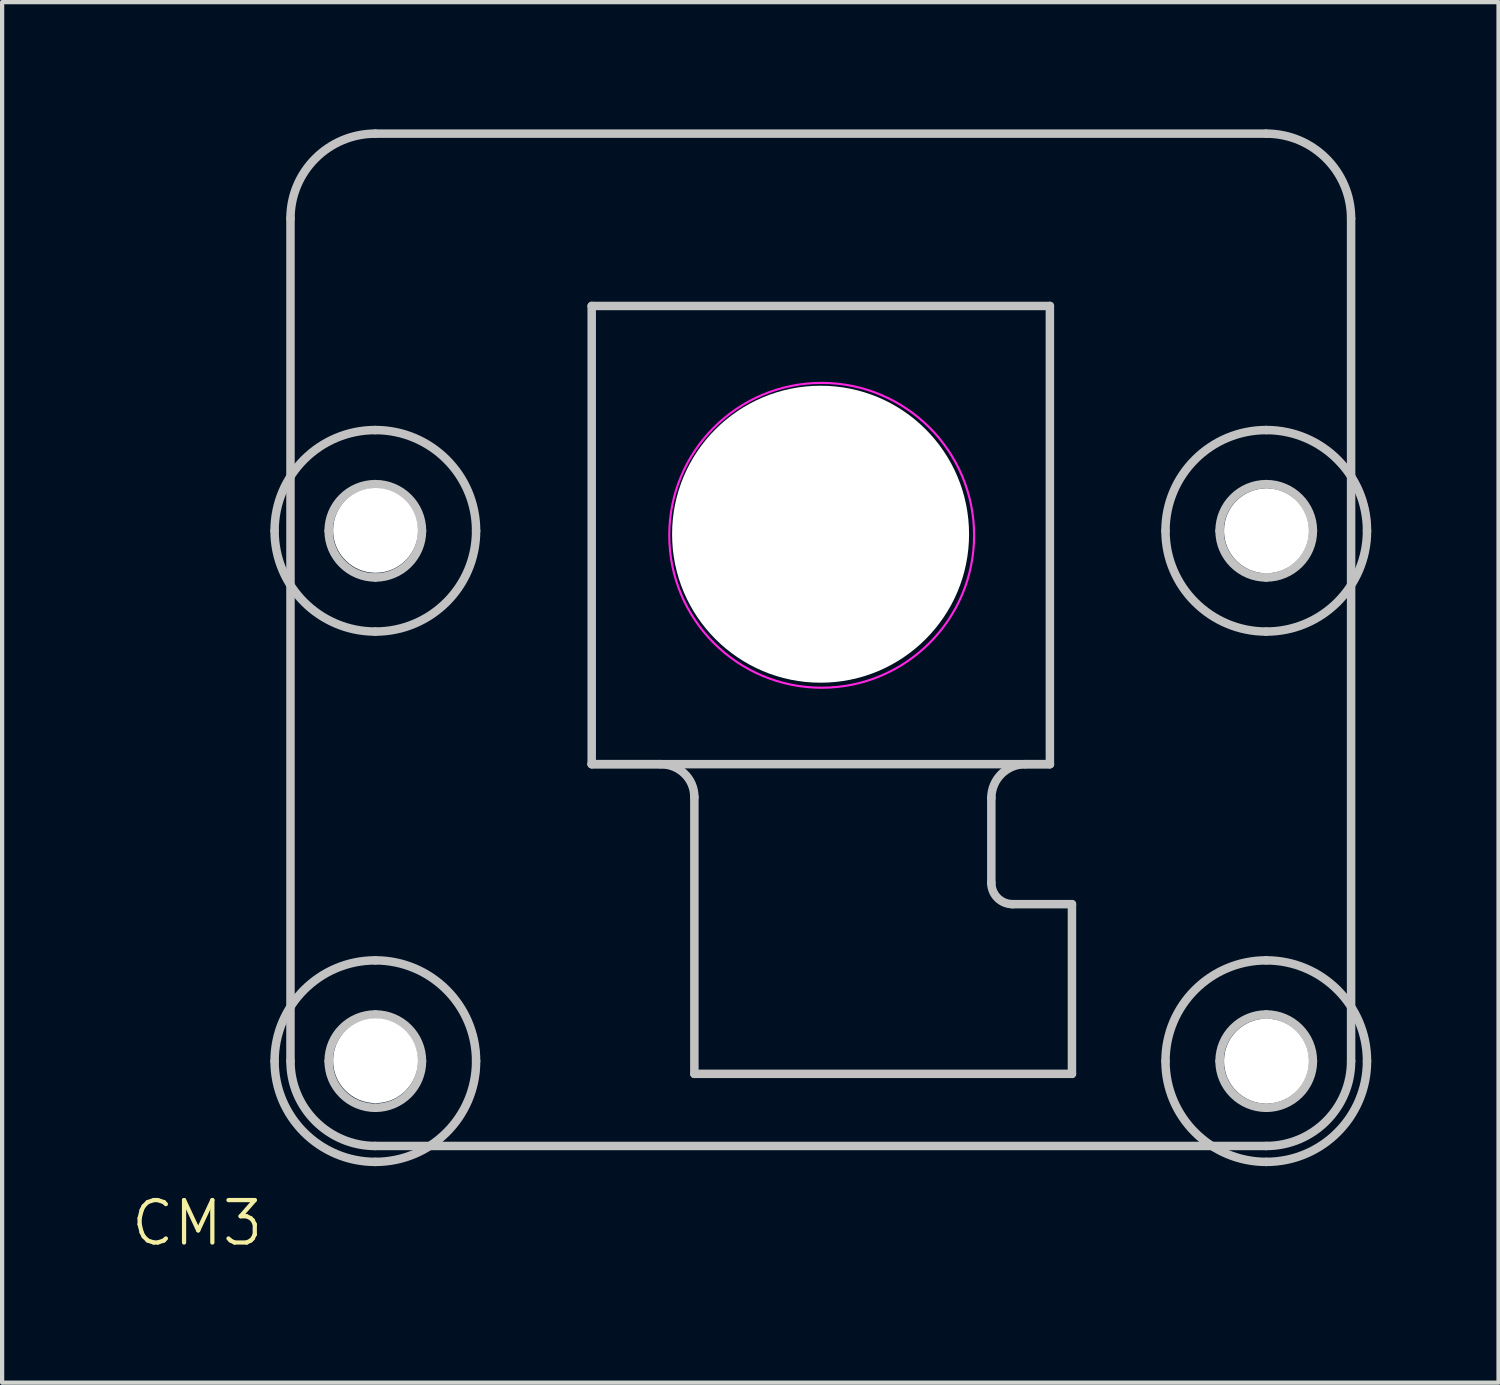
<source format=kicad_pcb>
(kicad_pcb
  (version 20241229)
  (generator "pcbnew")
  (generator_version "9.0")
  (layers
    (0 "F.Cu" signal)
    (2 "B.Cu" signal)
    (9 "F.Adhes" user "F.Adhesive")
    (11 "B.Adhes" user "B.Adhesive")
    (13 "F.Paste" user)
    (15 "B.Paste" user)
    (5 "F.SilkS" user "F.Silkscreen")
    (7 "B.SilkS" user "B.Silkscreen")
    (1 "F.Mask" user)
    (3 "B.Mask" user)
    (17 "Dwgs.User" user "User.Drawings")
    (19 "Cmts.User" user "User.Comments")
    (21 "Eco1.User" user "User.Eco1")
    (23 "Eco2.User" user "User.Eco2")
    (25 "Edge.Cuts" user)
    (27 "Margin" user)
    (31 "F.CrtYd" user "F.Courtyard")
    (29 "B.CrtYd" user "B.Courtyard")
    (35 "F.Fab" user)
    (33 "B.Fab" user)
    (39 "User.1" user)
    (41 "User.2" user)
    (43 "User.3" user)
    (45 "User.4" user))
  (footprint "CM3"
    (layer "F.Cu")
    (at 2.848 24.93)
    (property "Reference" "CM3" (at -1.25 0.85 0) (unlocked yes) (layer "F.SilkS") (effects (font (size 1 1) (thickness 0.1))))
    (attr smd)
    (fp_line (start 0.949 -2.969) (end 0.949 -22.829) (stroke (width 0.2) (type solid)) (layer "Dwgs.User"))
    (fp_line (start 2.95 -24.83) (end 23.948 -24.83) (stroke (width 0.2) (type solid)) (layer "Dwgs.User"))
    (fp_line (start 8.049 -20.768) (end 18.849 -20.768) (stroke (width 0.2) (type solid)) (layer "Dwgs.User"))
    (fp_line (start 8.049 -9.968) (end 8.049 -20.768) (stroke (width 0.2) (type solid)) (layer "Dwgs.User"))
    (fp_line (start 8.049 -9.968) (end 9.669 -9.968) (stroke (width 0.2) (type solid)) (layer "Dwgs.User"))
    (fp_line (start 10.469 -9.189) (end 10.469 -2.668) (stroke (width 0.2) (type solid)) (layer "Dwgs.User"))
    (fp_line (start 10.469 -2.668) (end 19.369 -2.668) (stroke (width 0.2) (type solid)) (layer "Dwgs.User"))
    (fp_line (start 17.469 -7.168) (end 17.469 -9.168) (stroke (width 0.2) (type solid)) (layer "Dwgs.User"))
    (fp_line (start 18.269 -9.968) (end 18.849 -9.968) (stroke (width 0.2) (type solid)) (layer "Dwgs.User"))
    (fp_line (start 18.849 -20.768) (end 18.849 -9.968) (stroke (width 0.2) (type solid)) (layer "Dwgs.User"))
    (fp_line (start 18.849 -9.968) (end 8.049 -9.968) (stroke (width 0.2) (type solid)) (layer "Dwgs.User"))
    (fp_line (start 19.369 -6.668) (end 17.969 -6.668) (stroke (width 0.2) (type solid)) (layer "Dwgs.User"))
    (fp_line (start 19.369 -2.668) (end 19.369 -6.668) (stroke (width 0.2) (type solid)) (layer "Dwgs.User"))
    (fp_line (start 23.948 -0.968) (end 2.95 -0.968) (stroke (width 0.2) (type solid)) (layer "Dwgs.User"))
    (fp_line (start 25.949 -22.829) (end 25.949 -2.969) (stroke (width 0.2) (type solid)) (layer "Dwgs.User"))
    (fp_curve (pts (xy 0.574 -15.468) (xy 0.574 -14.156) (xy 1.637 -13.093) (xy 2.949 -13.093)) (stroke (width 0.2) (type solid)) (layer "Dwgs.User"))
    (fp_curve (pts (xy 0.574 -2.968) (xy 0.574 -1.656) (xy 1.637 -0.593) (xy 2.949 -0.593)) (stroke (width 0.2) (type solid)) (layer "Dwgs.User"))
    (fp_curve (pts (xy 0.949 -22.829) (xy 0.949 -23.934) (xy 1.845 -24.83) (xy 2.95 -24.83)) (stroke (width 0.2) (type solid)) (layer "Dwgs.User"))
    (fp_curve (pts (xy 1.849 -15.468) (xy 1.849 -14.861) (xy 2.342 -14.368) (xy 2.949 -14.368)) (stroke (width 0.2) (type solid)) (layer "Dwgs.User"))
    (fp_curve (pts (xy 1.849 -2.968) (xy 1.849 -2.361) (xy 2.342 -1.868) (xy 2.949 -1.868)) (stroke (width 0.2) (type solid)) (layer "Dwgs.User"))
    (fp_curve (pts (xy 2.949 -17.843) (xy 1.637 -17.843) (xy 0.574 -16.78) (xy 0.574 -15.468)) (stroke (width 0.2) (type solid)) (layer "Dwgs.User"))
    (fp_curve (pts (xy 2.949 -16.568) (xy 2.342 -16.568) (xy 1.849 -16.075) (xy 1.849 -15.468)) (stroke (width 0.2) (type solid)) (layer "Dwgs.User"))
    (fp_curve (pts (xy 2.949 -14.368) (xy 3.557 -14.368) (xy 4.049 -14.861) (xy 4.049 -15.468)) (stroke (width 0.2) (type solid)) (layer "Dwgs.User"))
    (fp_curve (pts (xy 2.949 -13.093) (xy 4.261 -13.093) (xy 5.324 -14.156) (xy 5.324 -15.468)) (stroke (width 0.2) (type solid)) (layer "Dwgs.User"))
    (fp_curve (pts (xy 2.949 -5.343) (xy 1.637 -5.343) (xy 0.574 -4.28) (xy 0.574 -2.968)) (stroke (width 0.2) (type solid)) (layer "Dwgs.User"))
    (fp_curve (pts (xy 2.949 -4.068) (xy 2.342 -4.068) (xy 1.849 -3.576) (xy 1.849 -2.968)) (stroke (width 0.2) (type solid)) (layer "Dwgs.User"))
    (fp_curve (pts (xy 2.949 -1.868) (xy 3.557 -1.868) (xy 4.049 -2.361) (xy 4.049 -2.968)) (stroke (width 0.2) (type solid)) (layer "Dwgs.User"))
    (fp_curve (pts (xy 2.949 -0.593) (xy 4.261 -0.593) (xy 5.324 -1.656) (xy 5.324 -2.968)) (stroke (width 0.2) (type solid)) (layer "Dwgs.User"))
    (fp_curve (pts (xy 2.95 -0.968) (xy 1.845 -0.968) (xy 0.949 -1.864) (xy 0.949 -2.969)) (stroke (width 0.2) (type solid)) (layer "Dwgs.User"))
    (fp_curve (pts (xy 4.049 -15.468) (xy 4.049 -16.075) (xy 3.557 -16.568) (xy 2.949 -16.568)) (stroke (width 0.2) (type solid)) (layer "Dwgs.User"))
    (fp_curve (pts (xy 4.049 -2.968) (xy 4.049 -3.576) (xy 3.557 -4.068) (xy 2.949 -4.068)) (stroke (width 0.2) (type solid)) (layer "Dwgs.User"))
    (fp_curve (pts (xy 5.324 -15.468) (xy 5.324 -16.78) (xy 4.261 -17.843) (xy 2.949 -17.843)) (stroke (width 0.2) (type solid)) (layer "Dwgs.User"))
    (fp_curve (pts (xy 5.324 -2.968) (xy 5.324 -4.28) (xy 4.261 -5.343) (xy 2.949 -5.343)) (stroke (width 0.2) (type solid)) (layer "Dwgs.User"))
    (fp_curve (pts (xy 9.669 -9.968) (xy 10.111 -9.968) (xy 10.469 -9.631) (xy 10.469 -9.189)) (stroke (width 0.2) (type solid)) (layer "Dwgs.User"))
    (fp_curve (pts (xy 10.574 -15.368) (xy 10.574 -16.956) (xy 11.861 -18.243) (xy 13.449 -18.243)) (stroke (width 0.2) (type solid)) (layer "Dwgs.User"))
    (fp_curve (pts (xy 12.172 -15.377) (xy 12.172 -16.09) (xy 12.749 -16.667) (xy 13.462 -16.667)) (stroke (width 0.2) (type solid)) (layer "Dwgs.User"))
    (fp_curve (pts (xy 13.449 -18.243) (xy 15.037 -18.243) (xy 16.324 -16.956) (xy 16.324 -15.368)) (stroke (width 0.2) (type solid)) (layer "Dwgs.User"))
    (fp_curve (pts (xy 13.449 -12.493) (xy 11.861 -12.493) (xy 10.574 -13.78) (xy 10.574 -15.368)) (stroke (width 0.2) (type solid)) (layer "Dwgs.User"))
    (fp_curve (pts (xy 13.462 -16.667) (xy 14.174 -16.667) (xy 14.752 -16.09) (xy 14.752 -15.377)) (stroke (width 0.2) (type solid)) (layer "Dwgs.User"))
    (fp_curve (pts (xy 13.462 -14.087) (xy 12.749 -14.087) (xy 12.172 -14.664) (xy 12.172 -15.377)) (stroke (width 0.2) (type solid)) (layer "Dwgs.User"))
    (fp_curve (pts (xy 14.752 -15.377) (xy 14.752 -14.664) (xy 14.174 -14.087) (xy 13.462 -14.087)) (stroke (width 0.2) (type solid)) (layer "Dwgs.User"))
    (fp_curve (pts (xy 16.324 -15.368) (xy 16.324 -13.78) (xy 15.037 -12.493) (xy 13.449 -12.493)) (stroke (width 0.2) (type solid)) (layer "Dwgs.User"))
    (fp_curve (pts (xy 17.469 -9.168) (xy 17.469 -9.61) (xy 17.827 -9.968) (xy 18.269 -9.968)) (stroke (width 0.2) (type solid)) (layer "Dwgs.User"))
    (fp_curve (pts (xy 17.969 -6.668) (xy 17.693 -6.668) (xy 17.469 -6.892) (xy 17.469 -7.168)) (stroke (width 0.2) (type solid)) (layer "Dwgs.User"))
    (fp_curve (pts (xy 21.574 -15.468) (xy 21.574 -14.156) (xy 22.637 -13.093) (xy 23.949 -13.093)) (stroke (width 0.2) (type solid)) (layer "Dwgs.User"))
    (fp_curve (pts (xy 21.574 -2.968) (xy 21.574 -1.656) (xy 22.637 -0.593) (xy 23.949 -0.593)) (stroke (width 0.2) (type solid)) (layer "Dwgs.User"))
    (fp_curve (pts (xy 22.849 -15.468) (xy 22.849 -14.861) (xy 23.342 -14.368) (xy 23.949 -14.368)) (stroke (width 0.2) (type solid)) (layer "Dwgs.User"))
    (fp_curve (pts (xy 22.849 -2.968) (xy 22.849 -2.361) (xy 23.342 -1.868) (xy 23.949 -1.868)) (stroke (width 0.2) (type solid)) (layer "Dwgs.User"))
    (fp_curve (pts (xy 23.948 -24.83) (xy 25.053 -24.83) (xy 25.949 -23.934) (xy 25.949 -22.829)) (stroke (width 0.2) (type solid)) (layer "Dwgs.User"))
    (fp_curve (pts (xy 23.949 -17.843) (xy 22.637 -17.843) (xy 21.574 -16.78) (xy 21.574 -15.468)) (stroke (width 0.2) (type solid)) (layer "Dwgs.User"))
    (fp_curve (pts (xy 23.949 -16.568) (xy 23.342 -16.568) (xy 22.849 -16.075) (xy 22.849 -15.468)) (stroke (width 0.2) (type solid)) (layer "Dwgs.User"))
    (fp_curve (pts (xy 23.949 -14.368) (xy 24.557 -14.368) (xy 25.049 -14.861) (xy 25.049 -15.468)) (stroke (width 0.2) (type solid)) (layer "Dwgs.User"))
    (fp_curve (pts (xy 23.949 -13.093) (xy 25.261 -13.093) (xy 26.324 -14.156) (xy 26.324 -15.468)) (stroke (width 0.2) (type solid)) (layer "Dwgs.User"))
    (fp_curve (pts (xy 23.949 -5.343) (xy 22.637 -5.343) (xy 21.574 -4.28) (xy 21.574 -2.968)) (stroke (width 0.2) (type solid)) (layer "Dwgs.User"))
    (fp_curve (pts (xy 23.949 -4.068) (xy 23.342 -4.068) (xy 22.849 -3.576) (xy 22.849 -2.968)) (stroke (width 0.2) (type solid)) (layer "Dwgs.User"))
    (fp_curve (pts (xy 23.949 -1.868) (xy 24.557 -1.868) (xy 25.049 -2.361) (xy 25.049 -2.968)) (stroke (width 0.2) (type solid)) (layer "Dwgs.User"))
    (fp_curve (pts (xy 23.949 -0.593) (xy 25.261 -0.593) (xy 26.324 -1.656) (xy 26.324 -2.968)) (stroke (width 0.2) (type solid)) (layer "Dwgs.User"))
    (fp_curve (pts (xy 25.049 -15.468) (xy 25.049 -16.075) (xy 24.557 -16.568) (xy 23.949 -16.568)) (stroke (width 0.2) (type solid)) (layer "Dwgs.User"))
    (fp_curve (pts (xy 25.049 -2.968) (xy 25.049 -3.576) (xy 24.557 -4.068) (xy 23.949 -4.068)) (stroke (width 0.2) (type solid)) (layer "Dwgs.User"))
    (fp_curve (pts (xy 25.949 -2.969) (xy 25.949 -1.864) (xy 25.053 -0.968) (xy 23.948 -0.968)) (stroke (width 0.2) (type solid)) (layer "Dwgs.User"))
    (fp_curve (pts (xy 26.324 -15.468) (xy 26.324 -16.78) (xy 25.261 -17.843) (xy 23.949 -17.843)) (stroke (width 0.2) (type solid)) (layer "Dwgs.User"))
    (fp_curve (pts (xy 26.324 -2.968) (xy 26.324 -4.28) (xy 25.261 -5.343) (xy 23.949 -5.343)) (stroke (width 0.2) (type solid)) (layer "Dwgs.User"))
    (fp_circle (center 2.94 -15.48) (end 3.75 -17.76) (stroke (width 0.05) (type default)) (fill no) (layer "F.CrtYd"))
    (fp_circle (center 2.97 -2.96) (end 3.78 -5.24) (stroke (width 0.05) (type default)) (fill no) (layer "F.CrtYd"))
    (fp_circle (center 13.47 -15.362) (end 13.89 -18.93) (stroke (width 0.05) (type default)) (fill no) (layer "F.CrtYd"))
    (fp_circle (center 23.96 -2.96) (end 24.77 -5.24) (stroke (width 0.05) (type default)) (fill no) (layer "F.CrtYd"))
    (fp_circle (center 23.97 -15.48) (end 24.78 -17.76) (stroke (width 0.05) (type default)) (fill no) (layer "F.CrtYd"))
    (pad "" np_thru_hole circle (at 2.954 -15.478) (size 2 2) (drill 2) (layers "*.Cu" "*.Mask"))
    (pad "" np_thru_hole circle (at 2.954 -2.978) (size 2 2) (drill 2) (layers "*.Cu" "*.Mask"))
    (pad "" np_thru_hole circle (at 13.444 -15.388) (size 7 7) (drill 7) (layers "*.Cu" "*.Mask"))
    (pad "" np_thru_hole circle (at 23.954 -15.468) (size 2 2) (drill 2) (layers "*.Cu" "*.Mask"))
    (pad "" np_thru_hole circle (at 23.954 -2.968) (size 2 2) (drill 2) (layers "*.Cu" "*.Mask")))
  (gr_rect
    (start -3 -3)
    (end 32.272 29.541)
    (stroke (width 0.1) (type default))
    (fill no)
    (layer "Edge.Cuts")))
</source>
